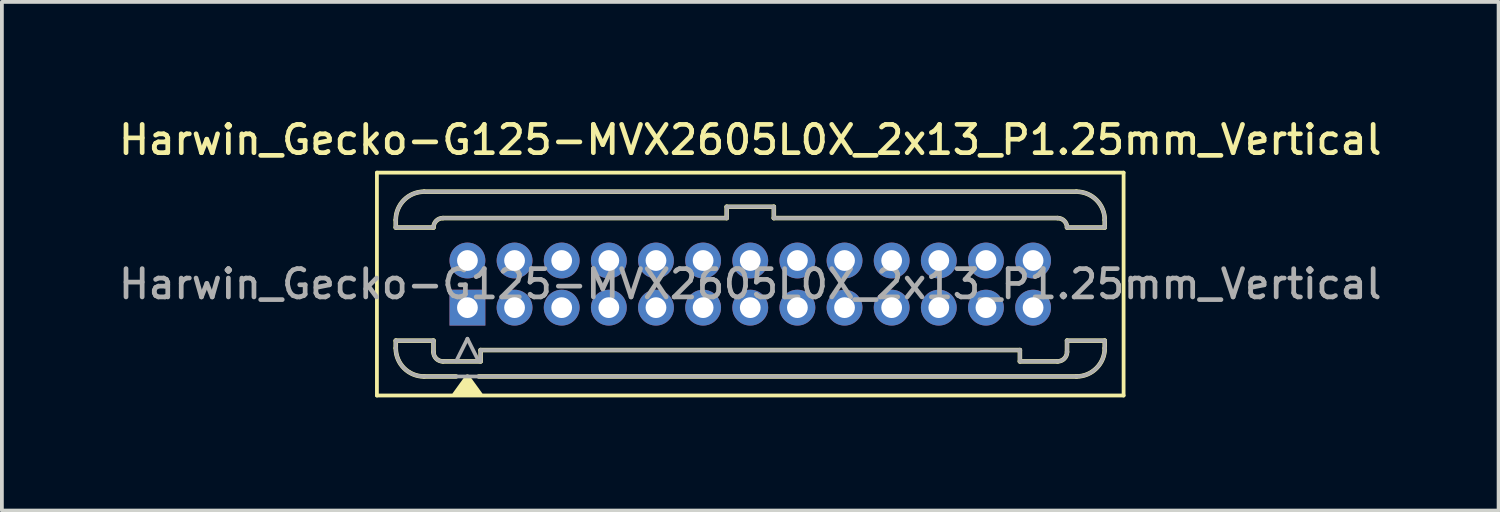
<source format=kicad_pcb>
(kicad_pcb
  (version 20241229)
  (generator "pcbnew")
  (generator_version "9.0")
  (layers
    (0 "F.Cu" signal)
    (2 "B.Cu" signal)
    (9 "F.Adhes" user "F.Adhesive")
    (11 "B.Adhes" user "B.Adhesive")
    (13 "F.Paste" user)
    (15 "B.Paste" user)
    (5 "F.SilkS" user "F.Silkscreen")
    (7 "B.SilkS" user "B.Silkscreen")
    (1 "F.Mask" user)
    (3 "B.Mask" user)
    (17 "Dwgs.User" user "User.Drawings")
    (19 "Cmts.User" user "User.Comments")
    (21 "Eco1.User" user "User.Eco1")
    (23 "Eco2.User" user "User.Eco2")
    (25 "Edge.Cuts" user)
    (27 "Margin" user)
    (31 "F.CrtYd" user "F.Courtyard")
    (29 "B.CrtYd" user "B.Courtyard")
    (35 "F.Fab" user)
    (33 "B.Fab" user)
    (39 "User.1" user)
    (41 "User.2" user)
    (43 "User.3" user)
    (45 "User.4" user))
  (footprint "Harwin_Gecko-G125-MVX2605L0X_2x13_P1.25mm_Vertical"
    (layer "F.Cu")
    (at 9.345 5.108)
    (property "Reference" "Harwin_Gecko-G125-MVX2605L0X_2x13_P1.25mm_Vertical" (at 7.5 -4.45 0) (layer "F.SilkS") (effects (font (size 0.75 0.75) (thickness 0.125))))
    (attr through_hole)
    (fp_line (start -2.4 -3.58) (end -2.4 2.33) (stroke (width 0.1) (type solid)) (layer "F.SilkS"))
    (fp_line (start -2.4 2.33) (end 17.4 2.33) (stroke (width 0.1) (type solid)) (layer "F.SilkS"))
    (fp_line (start -1.9 -2.325) (end -1.9 -2.125) (stroke (width 0.12) (type solid)) (layer "F.SilkS"))
    (fp_line (start -1.9 -2.125) (end -0.9 -2.125) (stroke (width 0.12) (type solid)) (layer "F.SilkS"))
    (fp_line (start -1.9 0.875) (end -0.9 0.875) (stroke (width 0.12) (type solid)) (layer "F.SilkS"))
    (fp_line (start -1.9 1.075) (end -1.9 0.875) (stroke (width 0.12) (type solid)) (layer "F.SilkS"))
    (fp_line (start -1.15 -3.075) (end 16.15 -3.075) (stroke (width 0.12) (type solid)) (layer "F.SilkS"))
    (fp_line (start -1.15 1.825) (end -0.3 1.825) (stroke (width 0.12) (type solid)) (layer "F.SilkS"))
    (fp_line (start -0.9 1.175) (end -0.9 0.875) (stroke (width 0.12) (type solid)) (layer "F.SilkS"))
    (fp_line (start -0.65 -2.375) (end 6.875 -2.375) (stroke (width 0.12) (type solid)) (layer "F.SilkS"))
    (fp_line (start -0.65 1.425) (end 0.35 1.425) (stroke (width 0.12) (type solid)) (layer "F.SilkS"))
    (fp_line (start 0.3 1.825) (end 16.15 1.825) (stroke (width 0.12) (type solid)) (layer "F.SilkS"))
    (fp_line (start 0.35 1.125) (end 14.65 1.125) (stroke (width 0.12) (type solid)) (layer "F.SilkS"))
    (fp_line (start 0.35 1.425) (end 0.35 1.125) (stroke (width 0.12) (type solid)) (layer "F.SilkS"))
    (fp_line (start 6.875 -2.675) (end 8.125 -2.675) (stroke (width 0.12) (type solid)) (layer "F.SilkS"))
    (fp_line (start 6.875 -2.375) (end 6.875 -2.675) (stroke (width 0.12) (type solid)) (layer "F.SilkS"))
    (fp_line (start 8.125 -2.675) (end 8.125 -2.375) (stroke (width 0.12) (type solid)) (layer "F.SilkS"))
    (fp_line (start 8.125 -2.375) (end 15.65 -2.375) (stroke (width 0.12) (type solid)) (layer "F.SilkS"))
    (fp_line (start 14.65 1.125) (end 14.65 1.425) (stroke (width 0.12) (type solid)) (layer "F.SilkS"))
    (fp_line (start 14.65 1.425) (end 15.65 1.425) (stroke (width 0.12) (type solid)) (layer "F.SilkS"))
    (fp_line (start 15.9 1.175) (end 15.9 0.875) (stroke (width 0.12) (type solid)) (layer "F.SilkS"))
    (fp_line (start 16.9 -2.325) (end 16.9 -2.125) (stroke (width 0.12) (type solid)) (layer "F.SilkS"))
    (fp_line (start 16.9 -2.125) (end 15.9 -2.125) (stroke (width 0.12) (type solid)) (layer "F.SilkS"))
    (fp_line (start 16.9 0.875) (end 15.9 0.875) (stroke (width 0.12) (type solid)) (layer "F.SilkS"))
    (fp_line (start 16.9 1.075) (end 16.9 0.875) (stroke (width 0.12) (type solid)) (layer "F.SilkS"))
    (fp_line (start 17.4 -3.58) (end -2.4 -3.58) (stroke (width 0.1) (type solid)) (layer "F.SilkS"))
    (fp_line (start 17.4 -3.58) (end 17.4 2.33) (stroke (width 0.1) (type solid)) (layer "F.SilkS"))
    (fp_arc (start -1.9 -2.325) (mid -1.68033 -2.85533) (end -1.15 -3.075) (stroke (width 0.12) (type solid)) (layer "F.SilkS"))
    (fp_arc (start -1.15 1.825) (mid -1.68033 1.60533) (end -1.9 1.075) (stroke (width 0.12) (type solid)) (layer "F.SilkS"))
    (fp_arc (start -0.9 -2.125) (mid -0.826777 -2.301777) (end -0.65 -2.375) (stroke (width 0.12) (type solid)) (layer "F.SilkS"))
    (fp_arc (start -0.65 1.425) (mid -0.826777 1.351777) (end -0.9 1.175) (stroke (width 0.12) (type solid)) (layer "F.SilkS"))
    (fp_arc (start 15.65 -2.375) (mid 15.826777 -2.301777) (end 15.9 -2.125) (stroke (width 0.12) (type solid)) (layer "F.SilkS"))
    (fp_arc (start 15.9 1.175) (mid 15.826777 1.351777) (end 15.65 1.425) (stroke (width 0.12) (type solid)) (layer "F.SilkS"))
    (fp_arc (start 16.15 -3.075) (mid 16.68033 -2.85533) (end 16.9 -2.325) (stroke (width 0.12) (type solid)) (layer "F.SilkS"))
    (fp_arc (start 16.9 1.075) (mid 16.68033 1.60533) (end 16.15 1.825) (stroke (width 0.12) (type solid)) (layer "F.SilkS"))
    (fp_poly (pts (xy 0 1.83) (xy -0.34 2.3) (xy 0.34 2.3) (xy 0 1.83)) (stroke (width 0.12) (type solid)) (fill yes) (layer "F.SilkS"))
    (fp_line (start -1.9 -2.325) (end -1.9 -2.125) (stroke (width 0.1) (type solid)) (layer "F.Fab"))
    (fp_line (start -1.9 -2.125) (end -0.9 -2.125) (stroke (width 0.1) (type solid)) (layer "F.Fab"))
    (fp_line (start -1.9 0.875) (end -0.9 0.875) (stroke (width 0.1) (type solid)) (layer "F.Fab"))
    (fp_line (start -1.9 1.075) (end -1.9 0.875) (stroke (width 0.1) (type solid)) (layer "F.Fab"))
    (fp_line (start -1.15 -3.075) (end 16.15 -3.075) (stroke (width 0.1) (type solid)) (layer "F.Fab"))
    (fp_line (start -1.15 1.825) (end 16.15 1.825) (stroke (width 0.1) (type solid)) (layer "F.Fab"))
    (fp_line (start -0.9 1.175) (end -0.9 0.875) (stroke (width 0.1) (type solid)) (layer "F.Fab"))
    (fp_line (start -0.65 -2.375) (end 6.875 -2.375) (stroke (width 0.1) (type solid)) (layer "F.Fab"))
    (fp_line (start -0.65 1.425) (end 0.35 1.425) (stroke (width 0.1) (type solid)) (layer "F.Fab"))
    (fp_line (start 0 0.825) (end -0.3 1.425) (stroke (width 0.1) (type solid)) (layer "F.Fab"))
    (fp_line (start 0.3 1.425) (end 0 0.825) (stroke (width 0.1) (type solid)) (layer "F.Fab"))
    (fp_line (start 0.35 1.125) (end 14.65 1.125) (stroke (width 0.1) (type solid)) (layer "F.Fab"))
    (fp_line (start 0.35 1.425) (end 0.35 1.125) (stroke (width 0.1) (type solid)) (layer "F.Fab"))
    (fp_line (start 6.875 -2.675) (end 8.125 -2.675) (stroke (width 0.1) (type solid)) (layer "F.Fab"))
    (fp_line (start 6.875 -2.375) (end 6.875 -2.675) (stroke (width 0.1) (type solid)) (layer "F.Fab"))
    (fp_line (start 8.125 -2.675) (end 8.125 -2.375) (stroke (width 0.1) (type solid)) (layer "F.Fab"))
    (fp_line (start 8.125 -2.375) (end 15.65 -2.375) (stroke (width 0.1) (type solid)) (layer "F.Fab"))
    (fp_line (start 14.65 1.125) (end 14.65 1.425) (stroke (width 0.1) (type solid)) (layer "F.Fab"))
    (fp_line (start 14.65 1.425) (end 15.65 1.425) (stroke (width 0.1) (type solid)) (layer "F.Fab"))
    (fp_line (start 15.9 1.175) (end 15.9 0.875) (stroke (width 0.1) (type solid)) (layer "F.Fab"))
    (fp_line (start 16.9 -2.325) (end 16.9 -2.125) (stroke (width 0.1) (type solid)) (layer "F.Fab"))
    (fp_line (start 16.9 -2.125) (end 15.9 -2.125) (stroke (width 0.1) (type solid)) (layer "F.Fab"))
    (fp_line (start 16.9 0.875) (end 15.9 0.875) (stroke (width 0.1) (type solid)) (layer "F.Fab"))
    (fp_line (start 16.9 1.075) (end 16.9 0.875) (stroke (width 0.1) (type solid)) (layer "F.Fab"))
    (fp_arc (start -1.9 -2.325) (mid -1.68033 -2.85533) (end -1.15 -3.075) (stroke (width 0.1) (type solid)) (layer "F.Fab"))
    (fp_arc (start -1.15 1.825) (mid -1.68033 1.60533) (end -1.9 1.075) (stroke (width 0.1) (type solid)) (layer "F.Fab"))
    (fp_arc (start -0.9 -2.125) (mid -0.826777 -2.301777) (end -0.65 -2.375) (stroke (width 0.1) (type solid)) (layer "F.Fab"))
    (fp_arc (start -0.65 1.425) (mid -0.826777 1.351777) (end -0.9 1.175) (stroke (width 0.1) (type solid)) (layer "F.Fab"))
    (fp_arc (start 15.65 -2.375) (mid 15.826777 -2.301777) (end 15.9 -2.125) (stroke (width 0.1) (type solid)) (layer "F.Fab"))
    (fp_arc (start 15.9 1.175) (mid 15.826777 1.351777) (end 15.65 1.425) (stroke (width 0.1) (type solid)) (layer "F.Fab"))
    (fp_arc (start 16.15 -3.075) (mid 16.68033 -2.85533) (end 16.9 -2.325) (stroke (width 0.1) (type solid)) (layer "F.Fab"))
    (fp_arc (start 16.9 1.075) (mid 16.68033 1.60533) (end 16.15 1.825) (stroke (width 0.1) (type solid)) (layer "F.Fab"))
    (fp_text user "${REFERENCE}" (at 7.5 -0.625 0) (layer "F.Fab") (effects (font (size 0.75 0.75) (thickness 0.125))))
    (pad "1" thru_hole rect (at 0 0) (size 0.95 0.95) (drill 0.55) (layers "*.Cu" "*.Mask"))
    (pad "2" thru_hole circle (at 1.25 0) (size 0.95 0.95) (drill 0.55) (layers "*.Cu" "*.Mask"))
    (pad "3" thru_hole circle (at 2.5 0) (size 0.95 0.95) (drill 0.55) (layers "*.Cu" "*.Mask"))
    (pad "4" thru_hole circle (at 3.75 0) (size 0.95 0.95) (drill 0.55) (layers "*.Cu" "*.Mask"))
    (pad "5" thru_hole circle (at 5 0) (size 0.95 0.95) (drill 0.55) (layers "*.Cu" "*.Mask"))
    (pad "6" thru_hole circle (at 6.25 0) (size 0.95 0.95) (drill 0.55) (layers "*.Cu" "*.Mask"))
    (pad "7" thru_hole circle (at 7.5 0) (size 0.95 0.95) (drill 0.55) (layers "*.Cu" "*.Mask"))
    (pad "8" thru_hole circle (at 8.75 0) (size 0.95 0.95) (drill 0.55) (layers "*.Cu" "*.Mask"))
    (pad "9" thru_hole circle (at 10 0) (size 0.95 0.95) (drill 0.55) (layers "*.Cu" "*.Mask"))
    (pad "10" thru_hole circle (at 12.5 0) (size 0.95 0.95) (drill 0.55) (layers "*.Cu" "*.Mask"))
    (pad "11" thru_hole circle (at 11.25 0) (size 0.95 0.95) (drill 0.55) (layers "*.Cu" "*.Mask"))
    (pad "12" thru_hole circle (at 13.75 0) (size 0.95 0.95) (drill 0.55) (layers "*.Cu" "*.Mask"))
    (pad "13" thru_hole circle (at 15 0) (size 0.95 0.95) (drill 0.55) (layers "*.Cu" "*.Mask"))
    (pad "14" thru_hole circle (at 0 -1.25) (size 0.95 0.95) (drill 0.55) (layers "*.Cu" "*.Mask"))
    (pad "15" thru_hole circle (at 1.25 -1.25) (size 0.95 0.95) (drill 0.55) (layers "*.Cu" "*.Mask"))
    (pad "16" thru_hole circle (at 3.75 -1.25) (size 0.95 0.95) (drill 0.55) (layers "*.Cu" "*.Mask"))
    (pad "17" thru_hole circle (at 2.5 -1.25) (size 0.95 0.95) (drill 0.55) (layers "*.Cu" "*.Mask"))
    (pad "18" thru_hole circle (at 6.25 -1.25) (size 0.95 0.95) (drill 0.55) (layers "*.Cu" "*.Mask"))
    (pad "19" thru_hole circle (at 5 -1.25) (size 0.95 0.95) (drill 0.55) (layers "*.Cu" "*.Mask"))
    (pad "20" thru_hole circle (at 8.75 -1.25) (size 0.95 0.95) (drill 0.55) (layers "*.Cu" "*.Mask"))
    (pad "21" thru_hole circle (at 7.5 -1.25) (size 0.95 0.95) (drill 0.55) (layers "*.Cu" "*.Mask"))
    (pad "22" thru_hole circle (at 10 -1.25) (size 0.95 0.95) (drill 0.55) (layers "*.Cu" "*.Mask"))
    (pad "23" thru_hole circle (at 11.25 -1.25) (size 0.95 0.95) (drill 0.55) (layers "*.Cu" "*.Mask"))
    (pad "24" thru_hole circle (at 12.5 -1.25) (size 0.95 0.95) (drill 0.55) (layers "*.Cu" "*.Mask"))
    (pad "25" thru_hole circle (at 13.75 -1.25) (size 0.95 0.95) (drill 0.55) (layers "*.Cu" "*.Mask"))
    (pad "26" thru_hole circle (at 15 -1.25) (size 0.95 0.95) (drill 0.55) (layers "*.Cu" "*.Mask")))
  (gr_rect
    (start -3 -3)
    (end 36.689 10.488)
    (stroke (width 0.1) (type default))
    (fill no)
    (layer "Edge.Cuts")))
</source>
